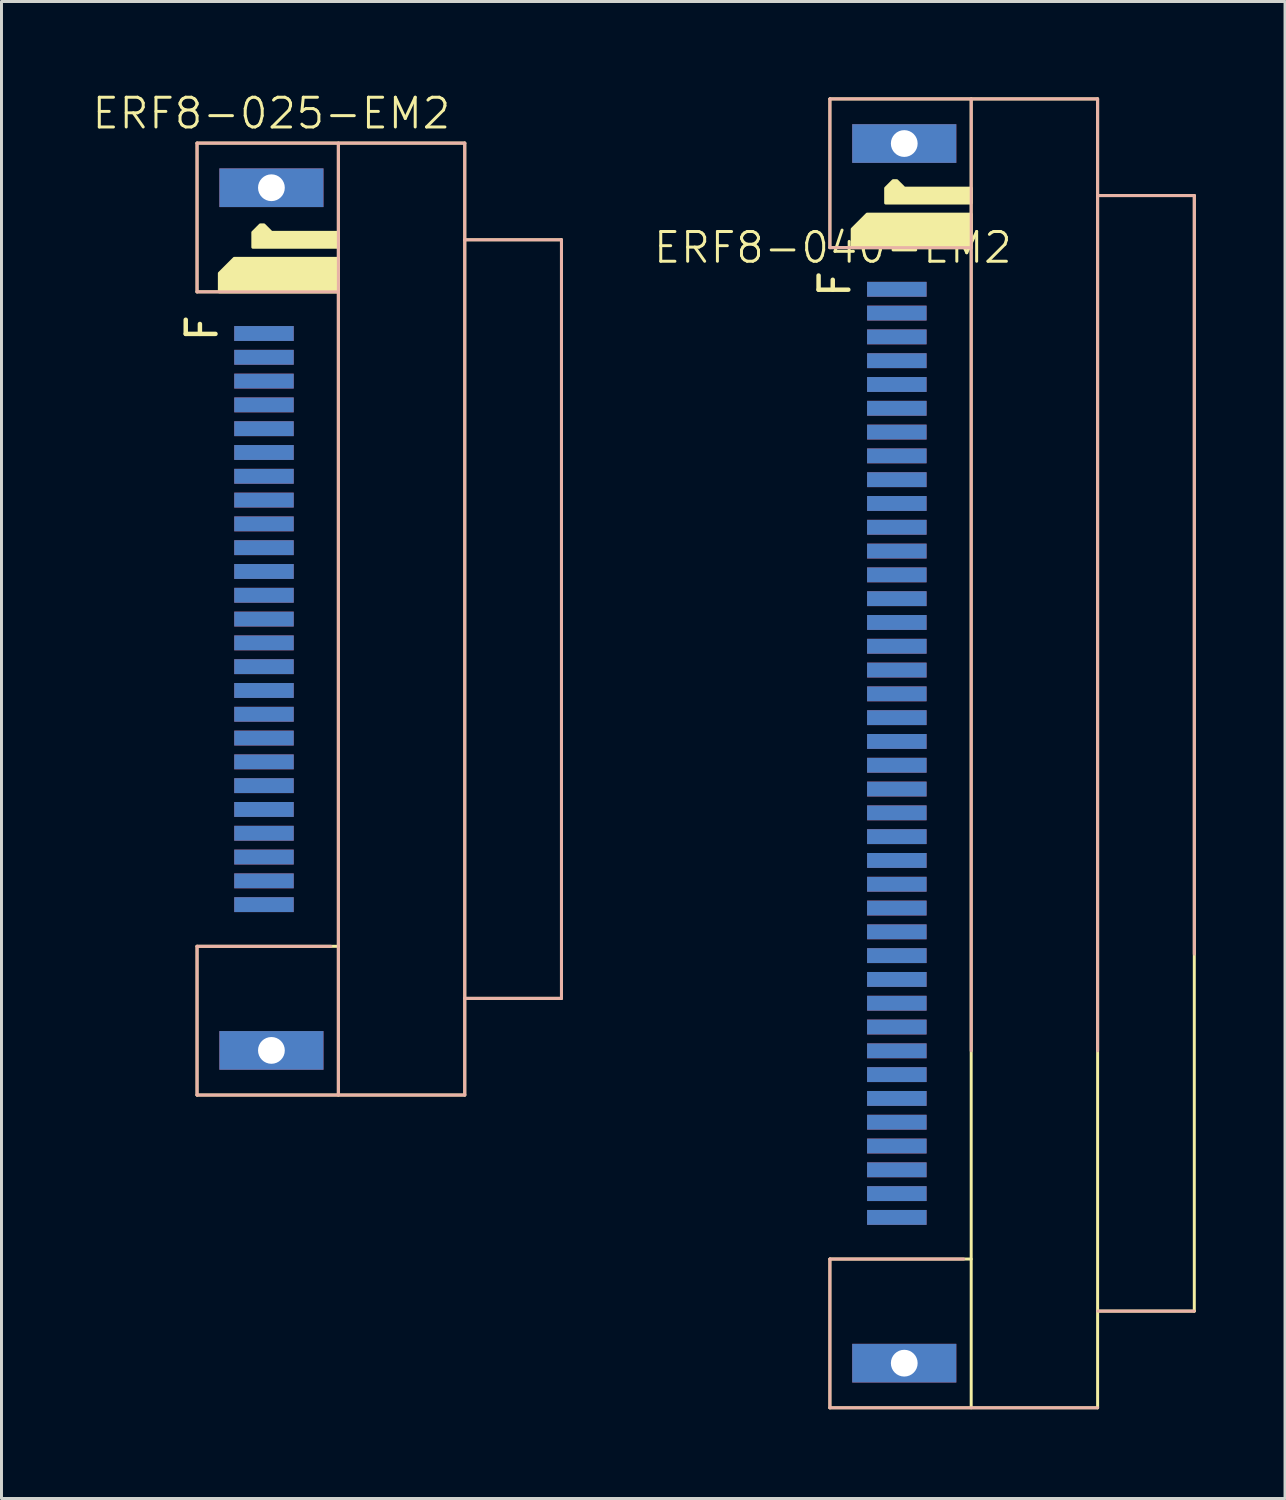
<source format=kicad_pcb>
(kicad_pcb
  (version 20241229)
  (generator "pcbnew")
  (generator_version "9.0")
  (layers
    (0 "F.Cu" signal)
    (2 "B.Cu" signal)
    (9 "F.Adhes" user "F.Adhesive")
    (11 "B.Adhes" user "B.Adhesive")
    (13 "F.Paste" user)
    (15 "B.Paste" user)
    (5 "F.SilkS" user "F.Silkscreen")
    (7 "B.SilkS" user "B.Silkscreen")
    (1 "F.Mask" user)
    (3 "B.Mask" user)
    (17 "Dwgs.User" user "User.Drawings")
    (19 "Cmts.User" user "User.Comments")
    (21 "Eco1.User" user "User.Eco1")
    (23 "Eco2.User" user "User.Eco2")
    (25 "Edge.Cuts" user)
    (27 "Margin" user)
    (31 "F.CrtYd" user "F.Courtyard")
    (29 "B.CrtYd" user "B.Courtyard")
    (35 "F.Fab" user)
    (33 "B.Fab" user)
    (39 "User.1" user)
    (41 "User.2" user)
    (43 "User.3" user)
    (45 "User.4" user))
  (footprint "ERF8-025-EM2"
    (layer "F.Cu")
    (at 8.324 17.761)
    (property "Reference" "ERF8-025-EM2" (at -2.25 -17 0) (unlocked yes) (layer "F.SilkS") (effects (font (size 1 1) (thickness 0.1))))
    (attr through_hole)
    (fp_line (start -4.75 -16) (end -4.75 -11) (stroke (width 0.1) (type default)) (layer "F.SilkS"))
    (fp_line (start -4.75 11) (end -4.75 16) (stroke (width 0.1) (type default)) (layer "F.SilkS"))
    (fp_line (start 0 -11) (end -4.75 -11) (stroke (width 0.1) (type default)) (layer "F.SilkS"))
    (fp_line (start 0 11) (end -4.75 11) (stroke (width 0.1) (type default)) (layer "F.SilkS"))
    (fp_line (start 0 16) (end 0 -16) (stroke (width 0.1) (type default)) (layer "F.SilkS"))
    (fp_line (start 4.25 -16) (end -4.75 -16) (stroke (width 0.1) (type default)) (layer "F.SilkS"))
    (fp_line (start 4.25 -12.75) (end 7.5 -12.75) (stroke (width 0.1) (type default)) (layer "F.SilkS"))
    (fp_line (start 4.25 12.75) (end 7.5 12.75) (stroke (width 0.1) (type default)) (layer "F.SilkS"))
    (fp_line (start 4.25 16) (end -4.75 16) (stroke (width 0.1) (type default)) (layer "F.SilkS"))
    (fp_line (start 4.25 16) (end 4.25 -16) (stroke (width 0.1) (type default)) (layer "F.SilkS"))
    (fp_line (start 7.5 12.75) (end 7.5 -12.75) (stroke (width 0.1) (type default)) (layer "F.SilkS"))
    (fp_poly (pts (xy 0 -11) (xy -4 -11) (xy -4 -11.625) (xy -3.5 -12.125) (xy 0 -12.125)) (stroke (width 0.1) (type solid)) (fill yes) (layer "F.SilkS"))
    (fp_poly (pts (xy 0 -13) (xy -2.25 -13) (xy -2.5 -13.25) (xy -2.625 -13.25) (xy -2.875 -13) (xy -2.875 -12.5) (xy 0 -12.5)) (stroke (width 0.1) (type solid)) (fill yes) (layer "F.SilkS"))
    (fp_line (start -4.75 -16) (end -4.75 -11) (stroke (width 0.1) (type default)) (layer "B.SilkS"))
    (fp_line (start -4.75 -16) (end 4.25 -16) (stroke (width 0.1) (type default)) (layer "B.SilkS"))
    (fp_line (start -4.75 -11) (end 0 -11) (stroke (width 0.1) (type default)) (layer "B.SilkS"))
    (fp_line (start -4.75 11) (end -4.75 16) (stroke (width 0.1) (type default)) (layer "B.SilkS"))
    (fp_line (start -4.75 11) (end -0.25 11) (stroke (width 0.1) (type default)) (layer "B.SilkS"))
    (fp_line (start -4.75 16) (end 4.25 16) (stroke (width 0.1) (type default)) (layer "B.SilkS"))
    (fp_line (start 0 16) (end 0 -16) (stroke (width 0.1) (type default)) (layer "B.SilkS"))
    (fp_line (start 4.25 16) (end 4.25 -16) (stroke (width 0.1) (type default)) (layer "B.SilkS"))
    (fp_line (start 7.5 -12.75) (end 4.25 -12.75) (stroke (width 0.1) (type default)) (layer "B.SilkS"))
    (fp_line (start 7.5 12.75) (end 4.25 12.75) (stroke (width 0.1) (type default)) (layer "B.SilkS"))
    (fp_line (start 7.5 12.75) (end 7.5 -12.75) (stroke (width 0.1) (type default)) (layer "B.SilkS"))
    (fp_poly (pts (xy 0 -16.25) (xy 0 16.25) (xy 0 -10.562) (xy -0.375 -10.938) (xy -4.25 -10.938) (xy -4.375 -11.062) (xy -4.375 -11.938) (xy -2.875 -13.438) (xy -2.5 -13.438) (xy -2.125 -13.062) (xy -0.375 -13.062) (xy 0 -13.438)) (stroke (width 0.05) (type solid)) (fill no) (layer "User.4"))
    (fp_text user "F" (at -4 -9.25 90) (unlocked yes) (layer "F.SilkS") (effects (font (size 1 1) (thickness 0.15)) (justify left bottom)))
    (pad "1" smd rect (at -2.5 -9.6) (size 2 0.5) (layers "F.Cu" "F.Mask" "F.Paste"))
    (pad "2" smd rect (at -2.5 -9.6) (size 2 0.5) (layers "B.Cu" "B.Mask" "B.Paste"))
    (pad "3" smd rect (at -2.5 -8.8) (size 2 0.5) (layers "F.Cu" "F.Mask" "F.Paste"))
    (pad "4" smd rect (at -2.5 -8.8) (size 2 0.5) (layers "B.Cu" "B.Mask" "B.Paste"))
    (pad "5" smd rect (at -2.5 -8) (size 2 0.5) (layers "F.Cu" "F.Mask" "F.Paste"))
    (pad "6" smd rect (at -2.5 -8) (size 2 0.5) (layers "B.Cu" "B.Mask" "B.Paste"))
    (pad "7" smd rect (at -2.5 -7.2) (size 2 0.5) (layers "F.Cu" "F.Mask" "F.Paste"))
    (pad "8" smd rect (at -2.5 -7.2) (size 2 0.5) (layers "B.Cu" "B.Mask" "B.Paste"))
    (pad "9" smd rect (at -2.5 -6.4) (size 2 0.5) (layers "F.Cu" "F.Mask" "F.Paste"))
    (pad "10" smd rect (at -2.5 -6.4) (size 2 0.5) (layers "B.Cu" "B.Mask" "B.Paste"))
    (pad "11" smd rect (at -2.5 -5.6) (size 2 0.5) (layers "F.Cu" "F.Mask" "F.Paste"))
    (pad "12" smd rect (at -2.5 -5.6) (size 2 0.5) (layers "B.Cu" "B.Mask" "B.Paste"))
    (pad "13" smd rect (at -2.5 -4.8) (size 2 0.5) (layers "F.Cu" "F.Mask" "F.Paste"))
    (pad "14" smd rect (at -2.5 -4.8) (size 2 0.5) (layers "B.Cu" "B.Mask" "B.Paste"))
    (pad "15" smd rect (at -2.5 -4) (size 2 0.5) (layers "F.Cu" "F.Mask" "F.Paste"))
    (pad "16" smd rect (at -2.5 -4) (size 2 0.5) (layers "B.Cu" "B.Mask" "B.Paste"))
    (pad "17" smd rect (at -2.5 -3.2) (size 2 0.5) (layers "F.Cu" "F.Mask" "F.Paste"))
    (pad "18" smd rect (at -2.5 -3.2) (size 2 0.5) (layers "B.Cu" "B.Mask" "B.Paste"))
    (pad "19" smd rect (at -2.5 -2.4) (size 2 0.5) (layers "F.Cu" "F.Mask" "F.Paste"))
    (pad "20" smd rect (at -2.5 -2.4) (size 2 0.5) (layers "B.Cu" "B.Mask" "B.Paste"))
    (pad "21" smd rect (at -2.5 -1.6) (size 2 0.5) (layers "F.Cu" "F.Mask" "F.Paste"))
    (pad "22" smd rect (at -2.5 -1.6) (size 2 0.5) (layers "B.Cu" "B.Mask" "B.Paste"))
    (pad "23" smd rect (at -2.5 -0.8) (size 2 0.5) (layers "F.Cu" "F.Mask" "F.Paste"))
    (pad "24" smd rect (at -2.5 -0.8) (size 2 0.5) (layers "B.Cu" "B.Mask" "B.Paste"))
    (pad "25" smd rect (at -2.5 0) (size 2 0.5) (layers "F.Cu" "F.Mask" "F.Paste"))
    (pad "26" smd rect (at -2.5 0) (size 2 0.5) (layers "B.Cu" "B.Mask" "B.Paste"))
    (pad "27" smd rect (at -2.5 0.8) (size 2 0.5) (layers "F.Cu" "F.Mask" "F.Paste"))
    (pad "28" smd rect (at -2.5 0.8) (size 2 0.5) (layers "B.Cu" "B.Mask" "B.Paste"))
    (pad "29" smd rect (at -2.5 1.6) (size 2 0.5) (layers "F.Cu" "F.Mask" "F.Paste"))
    (pad "30" smd rect (at -2.5 1.6) (size 2 0.5) (layers "B.Cu" "B.Mask" "B.Paste"))
    (pad "31" smd rect (at -2.5 2.4) (size 2 0.5) (layers "F.Cu" "F.Mask" "F.Paste"))
    (pad "32" smd rect (at -2.5 2.4) (size 2 0.5) (layers "B.Cu" "B.Mask" "B.Paste"))
    (pad "33" smd rect (at -2.5 3.2) (size 2 0.5) (layers "F.Cu" "F.Mask" "F.Paste"))
    (pad "34" smd rect (at -2.5 3.2) (size 2 0.5) (layers "B.Cu" "B.Mask" "B.Paste"))
    (pad "35" smd rect (at -2.5 4) (size 2 0.5) (layers "F.Cu" "F.Mask" "F.Paste"))
    (pad "36" smd rect (at -2.5 4) (size 2 0.5) (layers "B.Cu" "B.Mask" "B.Paste"))
    (pad "37" smd rect (at -2.5 4.8) (size 2 0.5) (layers "F.Cu" "F.Mask" "F.Paste"))
    (pad "38" smd rect (at -2.5 4.8) (size 2 0.5) (layers "B.Cu" "B.Mask" "B.Paste"))
    (pad "39" smd rect (at -2.5 5.6) (size 2 0.5) (layers "F.Cu" "F.Mask" "F.Paste"))
    (pad "40" smd rect (at -2.5 5.6) (size 2 0.5) (layers "B.Cu" "B.Mask" "B.Paste"))
    (pad "41" smd rect (at -2.5 6.4) (size 2 0.5) (layers "F.Cu" "F.Mask" "F.Paste"))
    (pad "42" smd rect (at -2.5 6.4) (size 2 0.5) (layers "B.Cu" "B.Mask" "B.Paste"))
    (pad "43" smd rect (at -2.5 7.2) (size 2 0.5) (layers "F.Cu" "F.Mask" "F.Paste"))
    (pad "44" smd rect (at -2.5 7.2) (size 2 0.5) (layers "B.Cu" "B.Mask" "B.Paste"))
    (pad "45" smd rect (at -2.5 8) (size 2 0.5) (layers "F.Cu" "F.Mask" "F.Paste"))
    (pad "46" smd rect (at -2.5 8) (size 2 0.5) (layers "B.Cu" "B.Mask" "B.Paste"))
    (pad "47" smd rect (at -2.5 8.8) (size 2 0.5) (layers "F.Cu" "F.Mask" "F.Paste"))
    (pad "48" smd rect (at -2.5 8.8) (size 2 0.5) (layers "B.Cu" "B.Mask" "B.Paste"))
    (pad "49" smd rect (at -2.5 9.6) (size 2 0.5) (layers "F.Cu" "F.Mask" "F.Paste"))
    (pad "50" smd rect (at -2.5 9.6) (size 2 0.5) (layers "B.Cu" "B.Mask" "B.Paste"))
    (pad "G1" thru_hole rect (at -2.25 14.5 180) (size 3.5 1.3) (drill 0.9) (layers "*.Cu" "*.Mask"))
    (pad "G2" thru_hole rect (at -2.25 -14.5 180) (size 3.5 1.3) (drill 0.9) (layers "*.Cu" "*.Mask")))
  (footprint "ERF8-040-EM2"
    (layer "F.Cu")
    (at 27.198 22.275)
    (property "Reference" "ERF8-040-EM2" (at -2.25 -17 0) (unlocked yes) (layer "F.SilkS") (effects (font (size 1 1) (thickness 0.1))))
    (attr through_hole)
    (fp_line (start -2.35 -22) (end -2.35 -17) (stroke (width 0.1) (type default)) (layer "F.SilkS"))
    (fp_line (start -2.35 17) (end -2.35 22) (stroke (width 0.1) (type default)) (layer "F.SilkS"))
    (fp_line (start 2.4 -17) (end -2.35 -17) (stroke (width 0.1) (type default)) (layer "F.SilkS"))
    (fp_line (start 2.4 17) (end -2.35 17) (stroke (width 0.1) (type default)) (layer "F.SilkS"))
    (fp_line (start 2.4 22) (end 2.4 -22) (stroke (width 0.1) (type default)) (layer "F.SilkS"))
    (fp_line (start 6.65 -22) (end -2.35 -22) (stroke (width 0.1) (type default)) (layer "F.SilkS"))
    (fp_line (start 6.65 -18.75) (end 9.9 -18.75) (stroke (width 0.1) (type default)) (layer "F.SilkS"))
    (fp_line (start 6.65 18.75) (end 9.9 18.75) (stroke (width 0.1) (type solid)) (layer "F.SilkS"))
    (fp_line (start 6.65 22) (end -2.35 22) (stroke (width 0.1) (type default)) (layer "F.SilkS"))
    (fp_line (start 6.65 22) (end 6.65 -22) (stroke (width 0.1) (type default)) (layer "F.SilkS"))
    (fp_line (start 9.9 18.75) (end 9.9 -18.75) (stroke (width 0.1) (type default)) (layer "F.SilkS"))
    (fp_poly (pts (xy 2.4 -17) (xy -1.6 -17) (xy -1.6 -17.625) (xy -1.1 -18.125) (xy 2.4 -18.125)) (stroke (width 0.1) (type solid)) (fill yes) (layer "F.SilkS"))
    (fp_poly (pts (xy 2.4 -19) (xy 0.15 -19) (xy -0.1 -19.25) (xy -0.225 -19.25) (xy -0.475 -19) (xy -0.475 -18.5) (xy 2.4 -18.5)) (stroke (width 0.1) (type solid)) (fill yes) (layer "F.SilkS"))
    (fp_line (start -2.35 -22) (end -2.35 -17) (stroke (width 0.1) (type default)) (layer "B.SilkS"))
    (fp_line (start -2.35 -22) (end 6.65 -22) (stroke (width 0.1) (type default)) (layer "B.SilkS"))
    (fp_line (start -2.35 -17) (end 2.4 -17) (stroke (width 0.1) (type default)) (layer "B.SilkS"))
    (fp_line (start -2.35 17) (end -2.35 22) (stroke (width 0.1) (type default)) (layer "B.SilkS"))
    (fp_line (start -2.35 17) (end 2.15 17) (stroke (width 0.1) (type default)) (layer "B.SilkS"))
    (fp_line (start -2.35 22) (end 6.65 22) (stroke (width 0.1) (type default)) (layer "B.SilkS"))
    (fp_line (start 2.4 10) (end 2.4 -22) (stroke (width 0.1) (type default)) (layer "B.SilkS"))
    (fp_line (start 6.65 10) (end 6.65 -22) (stroke (width 0.1) (type default)) (layer "B.SilkS"))
    (fp_line (start 9.9 -18.75) (end 6.65 -18.75) (stroke (width 0.1) (type default)) (layer "B.SilkS"))
    (fp_line (start 9.9 6.75) (end 9.9 -18.75) (stroke (width 0.1) (type default)) (layer "B.SilkS"))
    (fp_line (start 9.9 18.75) (end 6.65 18.75) (stroke (width 0.1) (type solid)) (layer "B.SilkS"))
    (fp_poly (pts (xy 2.4 -22.25) (xy 2.4 10.25) (xy 2.4 -16.562) (xy 2.025 -16.938) (xy -1.85 -16.938) (xy -1.975 -17.062) (xy -1.975 -17.938) (xy -0.475 -19.438) (xy -0.1 -19.438) (xy 0.275 -19.062) (xy 2.025 -19.062) (xy 2.4 -19.438)) (stroke (width 0.05) (type solid)) (fill no) (layer "User.4"))
    (fp_text user "F" (at -1.6 -15.25 90) (unlocked yes) (layer "F.SilkS") (effects (font (size 1 1) (thickness 0.15)) (justify left bottom)))
    (pad "1" smd rect (at -0.1 -15.6) (size 2 0.5) (layers "F.Cu" "F.Mask" "F.Paste"))
    (pad "2" smd rect (at -0.1 -15.6) (size 2 0.5) (layers "B.Cu" "B.Mask" "B.Paste"))
    (pad "3" smd rect (at -0.1 -14.8) (size 2 0.5) (layers "F.Cu" "F.Mask" "F.Paste"))
    (pad "4" smd rect (at -0.1 -14.8) (size 2 0.5) (layers "B.Cu" "B.Mask" "B.Paste"))
    (pad "5" smd rect (at -0.1 -14) (size 2 0.5) (layers "F.Cu" "F.Mask" "F.Paste"))
    (pad "6" smd rect (at -0.1 -14) (size 2 0.5) (layers "B.Cu" "B.Mask" "B.Paste"))
    (pad "7" smd rect (at -0.1 -13.2) (size 2 0.5) (layers "F.Cu" "F.Mask" "F.Paste"))
    (pad "8" smd rect (at -0.1 -13.2) (size 2 0.5) (layers "B.Cu" "B.Mask" "B.Paste"))
    (pad "9" smd rect (at -0.1 -12.4) (size 2 0.5) (layers "F.Cu" "F.Mask" "F.Paste"))
    (pad "10" smd rect (at -0.1 -12.4) (size 2 0.5) (layers "B.Cu" "B.Mask" "B.Paste"))
    (pad "11" smd rect (at -0.1 -11.6) (size 2 0.5) (layers "F.Cu" "F.Mask" "F.Paste"))
    (pad "12" smd rect (at -0.1 -11.6) (size 2 0.5) (layers "B.Cu" "B.Mask" "B.Paste"))
    (pad "13" smd rect (at -0.1 -10.8) (size 2 0.5) (layers "F.Cu" "F.Mask" "F.Paste"))
    (pad "14" smd rect (at -0.1 -10.8) (size 2 0.5) (layers "B.Cu" "B.Mask" "B.Paste"))
    (pad "15" smd rect (at -0.1 -10) (size 2 0.5) (layers "F.Cu" "F.Mask" "F.Paste"))
    (pad "16" smd rect (at -0.1 -10) (size 2 0.5) (layers "B.Cu" "B.Mask" "B.Paste"))
    (pad "17" smd rect (at -0.1 -9.2) (size 2 0.5) (layers "F.Cu" "F.Mask" "F.Paste"))
    (pad "18" smd rect (at -0.1 -9.2) (size 2 0.5) (layers "B.Cu" "B.Mask" "B.Paste"))
    (pad "19" smd rect (at -0.1 -8.4) (size 2 0.5) (layers "F.Cu" "F.Mask" "F.Paste"))
    (pad "20" smd rect (at -0.1 -8.4) (size 2 0.5) (layers "B.Cu" "B.Mask" "B.Paste"))
    (pad "21" smd rect (at -0.1 -7.6) (size 2 0.5) (layers "F.Cu" "F.Mask" "F.Paste"))
    (pad "22" smd rect (at -0.1 -7.6) (size 2 0.5) (layers "B.Cu" "B.Mask" "B.Paste"))
    (pad "23" smd rect (at -0.1 -6.8) (size 2 0.5) (layers "F.Cu" "F.Mask" "F.Paste"))
    (pad "24" smd rect (at -0.1 -6.8) (size 2 0.5) (layers "B.Cu" "B.Mask" "B.Paste"))
    (pad "25" smd rect (at -0.1 -6) (size 2 0.5) (layers "F.Cu" "F.Mask" "F.Paste"))
    (pad "26" smd rect (at -0.1 -6) (size 2 0.5) (layers "B.Cu" "B.Mask" "B.Paste"))
    (pad "27" smd rect (at -0.1 -5.2) (size 2 0.5) (layers "F.Cu" "F.Mask" "F.Paste"))
    (pad "28" smd rect (at -0.1 -5.2) (size 2 0.5) (layers "B.Cu" "B.Mask" "B.Paste"))
    (pad "29" smd rect (at -0.1 -4.4) (size 2 0.5) (layers "F.Cu" "F.Mask" "F.Paste"))
    (pad "30" smd rect (at -0.1 -4.4) (size 2 0.5) (layers "B.Cu" "B.Mask" "B.Paste"))
    (pad "31" smd rect (at -0.1 -3.6) (size 2 0.5) (layers "F.Cu" "F.Mask" "F.Paste"))
    (pad "32" smd rect (at -0.1 -3.6) (size 2 0.5) (layers "B.Cu" "B.Mask" "B.Paste"))
    (pad "33" smd rect (at -0.1 -2.8) (size 2 0.5) (layers "F.Cu" "F.Mask" "F.Paste"))
    (pad "34" smd rect (at -0.1 -2.8) (size 2 0.5) (layers "B.Cu" "B.Mask" "B.Paste"))
    (pad "35" smd rect (at -0.1 -2) (size 2 0.5) (layers "F.Cu" "F.Mask" "F.Paste"))
    (pad "36" smd rect (at -0.1 -2) (size 2 0.5) (layers "B.Cu" "B.Mask" "B.Paste"))
    (pad "37" smd rect (at -0.1 -1.2) (size 2 0.5) (layers "F.Cu" "F.Mask" "F.Paste"))
    (pad "38" smd rect (at -0.1 -1.2) (size 2 0.5) (layers "B.Cu" "B.Mask" "B.Paste"))
    (pad "39" smd rect (at -0.1 -0.4) (size 2 0.5) (layers "F.Cu" "F.Mask" "F.Paste"))
    (pad "40" smd rect (at -0.1 -0.4) (size 2 0.5) (layers "B.Cu" "B.Mask" "B.Paste"))
    (pad "41" smd rect (at -0.1 0.4) (size 2 0.5) (layers "F.Cu" "F.Mask" "F.Paste"))
    (pad "41" smd rect (at -0.1 8.4) (size 2 0.5) (layers "F.Cu" "F.Mask" "F.Paste"))
    (pad "41" smd rect (at -0.1 12.4) (size 2 0.5) (layers "F.Cu" "F.Mask" "F.Paste"))
    (pad "42" smd rect (at -0.1 0.4) (size 2 0.5) (layers "B.Cu" "B.Mask" "B.Paste"))
    (pad "42" smd rect (at -0.1 4.4) (size 2 0.5) (layers "B.Cu" "B.Mask" "B.Paste"))
    (pad "42" smd rect (at -0.1 8.4) (size 2 0.5) (layers "B.Cu" "B.Mask" "B.Paste"))
    (pad "42" smd rect (at -0.1 12.4) (size 2 0.5) (layers "B.Cu" "B.Mask" "B.Paste"))
    (pad "43" smd rect (at -0.1 1.2) (size 2 0.5) (layers "F.Cu" "F.Mask" "F.Paste"))
    (pad "43" smd rect (at -0.1 5.2) (size 2 0.5) (layers "F.Cu" "F.Mask" "F.Paste"))
    (pad "43" smd rect (at -0.1 9.2) (size 2 0.5) (layers "F.Cu" "F.Mask" "F.Paste"))
    (pad "43" smd rect (at -0.1 13.2) (size 2 0.5) (layers "F.Cu" "F.Mask" "F.Paste"))
    (pad "44" smd rect (at -0.1 1.2) (size 2 0.5) (layers "B.Cu" "B.Mask" "B.Paste"))
    (pad "44" smd rect (at -0.1 5.2) (size 2 0.5) (layers "B.Cu" "B.Mask" "B.Paste"))
    (pad "44" smd rect (at -0.1 9.2) (size 2 0.5) (layers "B.Cu" "B.Mask" "B.Paste"))
    (pad "44" smd rect (at -0.1 13.2) (size 2 0.5) (layers "B.Cu" "B.Mask" "B.Paste"))
    (pad "45" smd rect (at -0.1 2) (size 2 0.5) (layers "F.Cu" "F.Mask" "F.Paste"))
    (pad "45" smd rect (at -0.1 6) (size 2 0.5) (layers "F.Cu" "F.Mask" "F.Paste"))
    (pad "45" smd rect (at -0.1 10) (size 2 0.5) (layers "F.Cu" "F.Mask" "F.Paste"))
    (pad "45" smd rect (at -0.1 14) (size 2 0.5) (layers "F.Cu" "F.Mask" "F.Paste"))
    (pad "46" smd rect (at -0.1 2) (size 2 0.5) (layers "B.Cu" "B.Mask" "B.Paste"))
    (pad "46" smd rect (at -0.1 6) (size 2 0.5) (layers "B.Cu" "B.Mask" "B.Paste"))
    (pad "46" smd rect (at -0.1 10) (size 2 0.5) (layers "B.Cu" "B.Mask" "B.Paste"))
    (pad "46" smd rect (at -0.1 14) (size 2 0.5) (layers "B.Cu" "B.Mask" "B.Paste"))
    (pad "47" smd rect (at -0.1 2.8) (size 2 0.5) (layers "F.Cu" "F.Mask" "F.Paste"))
    (pad "47" smd rect (at -0.1 6.8) (size 2 0.5) (layers "F.Cu" "F.Mask" "F.Paste"))
    (pad "47" smd rect (at -0.1 10.8) (size 2 0.5) (layers "F.Cu" "F.Mask" "F.Paste"))
    (pad "47" smd rect (at -0.1 14.8) (size 2 0.5) (layers "F.Cu" "F.Mask" "F.Paste"))
    (pad "48" smd rect (at -0.1 2.8) (size 2 0.5) (layers "B.Cu" "B.Mask" "B.Paste"))
    (pad "48" smd rect (at -0.1 6.8) (size 2 0.5) (layers "B.Cu" "B.Mask" "B.Paste"))
    (pad "48" smd rect (at -0.1 10.8) (size 2 0.5) (layers "B.Cu" "B.Mask" "B.Paste"))
    (pad "48" smd rect (at -0.1 14.8) (size 2 0.5) (layers "B.Cu" "B.Mask" "B.Paste"))
    (pad "49" smd rect (at -0.1 3.6) (size 2 0.5) (layers "F.Cu" "F.Mask" "F.Paste"))
    (pad "49" smd rect (at -0.1 7.6) (size 2 0.5) (layers "F.Cu" "F.Mask" "F.Paste"))
    (pad "49" smd rect (at -0.1 11.6) (size 2 0.5) (layers "F.Cu" "F.Mask" "F.Paste"))
    (pad "49" smd rect (at -0.1 15.6) (size 2 0.5) (layers "F.Cu" "F.Mask" "F.Paste"))
    (pad "50" smd rect (at -0.1 3.6) (size 2 0.5) (layers "B.Cu" "B.Mask" "B.Paste"))
    (pad "50" smd rect (at -0.1 7.6) (size 2 0.5) (layers "B.Cu" "B.Mask" "B.Paste"))
    (pad "50" smd rect (at -0.1 11.6) (size 2 0.5) (layers "B.Cu" "B.Mask" "B.Paste"))
    (pad "50" smd rect (at -0.1 15.6) (size 2 0.5) (layers "B.Cu" "B.Mask" "B.Paste"))
    (pad "51" smd rect (at -0.1 4.4) (size 2 0.5) (layers "F.Cu" "F.Mask" "F.Paste"))
    (pad "G1" thru_hole rect (at 0.15 20.5 180) (size 3.5 1.3) (drill 0.9) (layers "*.Cu" "*.Mask"))
    (pad "G2" thru_hole rect (at 0.15 -20.5 180) (size 3.5 1.3) (drill 0.9) (layers "*.Cu" "*.Mask")))
  (gr_rect
    (start -3 -3)
    (end 40.148 47.325)
    (stroke (width 0.1) (type default))
    (fill no)
    (layer "Edge.Cuts")))
</source>
